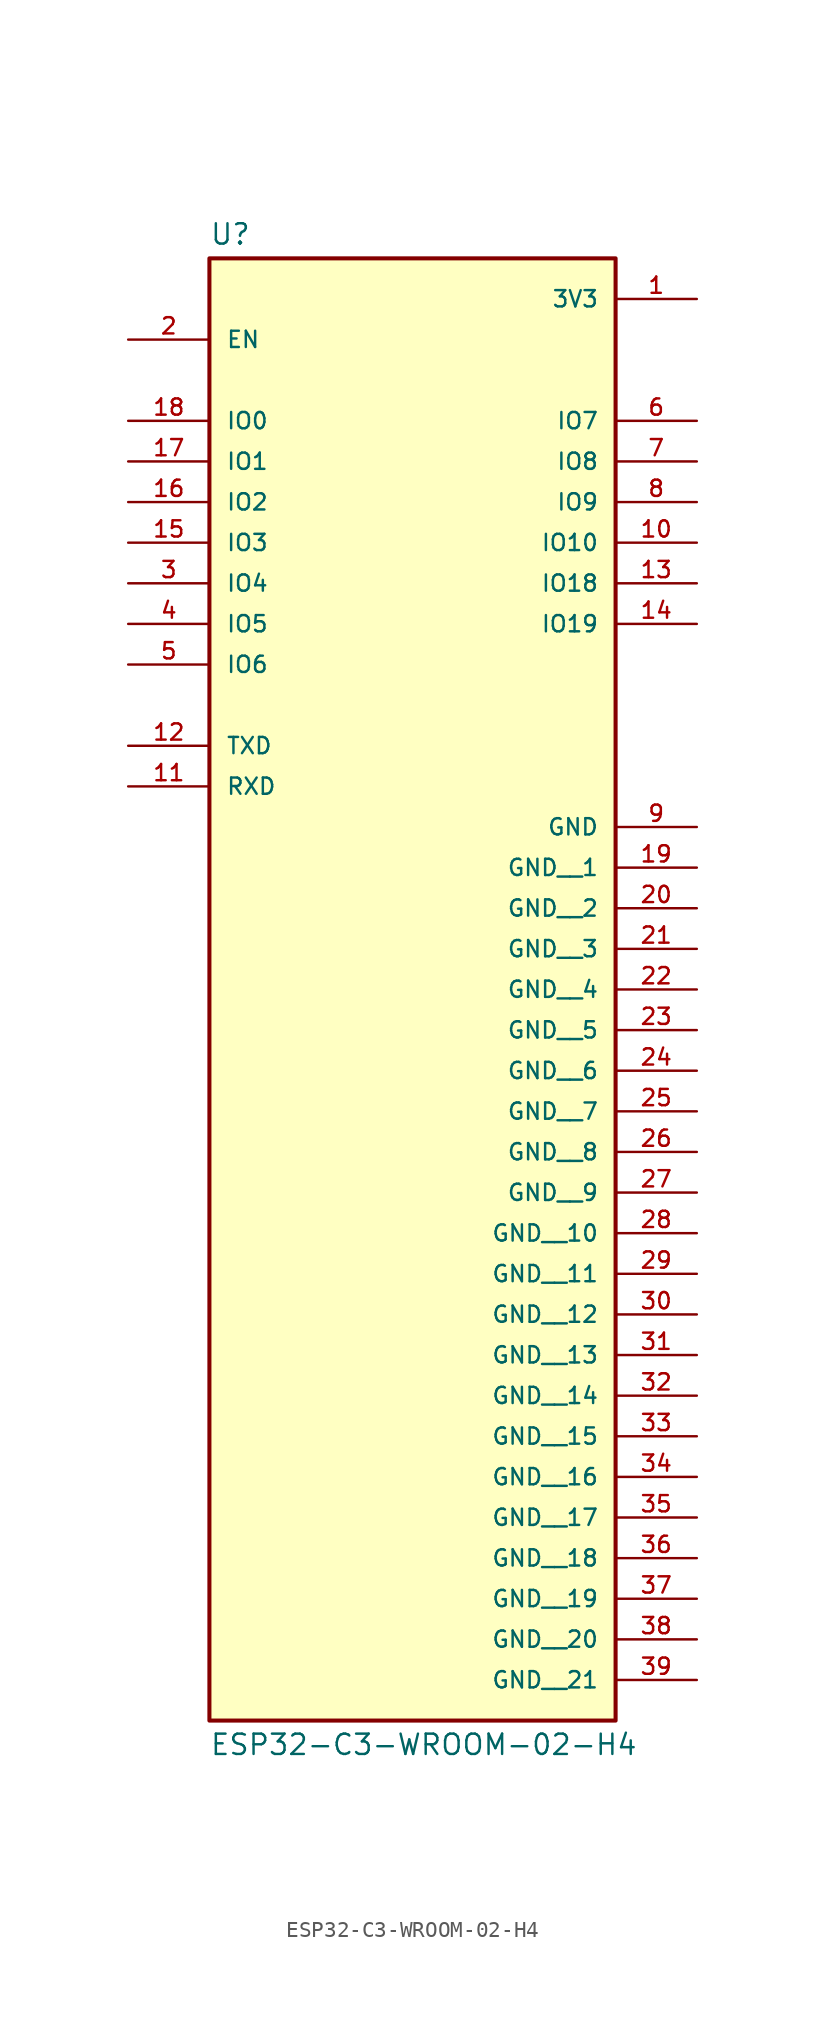
<source format=kicad_sym>
(kicad_symbol_lib
  (version 20211014)
  (generator kicad_symbol_editor)
  (symbol "ESP32-C3-WROOM-02-H4"
    (pin_names
      (offset 1.016))
    (property "Reference" "U"
      (at -12.7 21.082 0)
      (effects (font (size 1.27 1.27)) (justify bottom left)))
    (property "Value" "ESP32-C3-WROOM-02-H4"
      (at -12.7 -71.882 0)
      (effects (font (size 1.27 1.27)) (justify top left)))
    (symbol "ESP32-C3-WROOM-02-H4_0_0"
      (rectangle (start -12.7 -71.12) (end 12.7 20.32) (stroke (width 0.254)) (fill (type background)))
      (pin power_in line (at 17.78 17.78 180.0) (length 5.08) (name "3V3" (effects (font (size 1.016 1.016)))) (number "1" (effects (font (size 1.016 1.016)))))
      (pin input line (at -17.78 15.24 0) (length 5.08) (name "EN" (effects (font (size 1.016 1.016)))) (number "2" (effects (font (size 1.016 1.016)))))
      (pin power_in line (at 17.78 -15.24 180.0) (length 5.08) (name "GND" (effects (font (size 1.016 1.016)))) (number "9" (effects (font (size 1.016 1.016)))))
      (pin bidirectional line (at -17.78 10.16 0) (length 5.08) (name "IO0" (effects (font (size 1.016 1.016)))) (number "18" (effects (font (size 1.016 1.016)))))
      (pin bidirectional line (at -17.78 7.62 0) (length 5.08) (name "IO1" (effects (font (size 1.016 1.016)))) (number "17" (effects (font (size 1.016 1.016)))))
      (pin bidirectional line (at -17.78 5.08 0) (length 5.08) (name "IO2" (effects (font (size 1.016 1.016)))) (number "16" (effects (font (size 1.016 1.016)))))
      (pin bidirectional line (at -17.78 2.54 0) (length 5.08) (name "IO3" (effects (font (size 1.016 1.016)))) (number "15" (effects (font (size 1.016 1.016)))))
      (pin bidirectional line (at -17.78 0.0 0) (length 5.08) (name "IO4" (effects (font (size 1.016 1.016)))) (number "3" (effects (font (size 1.016 1.016)))))
      (pin bidirectional line (at -17.78 -2.54 0) (length 5.08) (name "IO5" (effects (font (size 1.016 1.016)))) (number "4" (effects (font (size 1.016 1.016)))))
      (pin bidirectional line (at -17.78 -5.08 0) (length 5.08) (name "IO6" (effects (font (size 1.016 1.016)))) (number "5" (effects (font (size 1.016 1.016)))))
      (pin bidirectional line (at 17.78 10.16 180.0) (length 5.08) (name "IO7" (effects (font (size 1.016 1.016)))) (number "6" (effects (font (size 1.016 1.016)))))
      (pin bidirectional line (at 17.78 7.62 180.0) (length 5.08) (name "IO8" (effects (font (size 1.016 1.016)))) (number "7" (effects (font (size 1.016 1.016)))))
      (pin bidirectional line (at 17.78 5.08 180.0) (length 5.08) (name "IO9" (effects (font (size 1.016 1.016)))) (number "8" (effects (font (size 1.016 1.016)))))
      (pin bidirectional line (at 17.78 2.54 180.0) (length 5.08) (name "IO10" (effects (font (size 1.016 1.016)))) (number "10" (effects (font (size 1.016 1.016)))))
      (pin bidirectional line (at 17.78 0.0 180.0) (length 5.08) (name "IO18" (effects (font (size 1.016 1.016)))) (number "13" (effects (font (size 1.016 1.016)))))
      (pin bidirectional line (at 17.78 -2.54 180.0) (length 5.08) (name "IO19" (effects (font (size 1.016 1.016)))) (number "14" (effects (font (size 1.016 1.016)))))
      (pin bidirectional line (at -17.78 -10.16 0) (length 5.08) (name "TXD" (effects (font (size 1.016 1.016)))) (number "12" (effects (font (size 1.016 1.016)))))
      (pin bidirectional line (at -17.78 -12.7 0) (length 5.08) (name "RXD" (effects (font (size 1.016 1.016)))) (number "11" (effects (font (size 1.016 1.016)))))
      (pin power_in line (at 17.78 -17.78 180.0) (length 5.08) (name "GND__1" (effects (font (size 1.016 1.016)))) (number "19" (effects (font (size 1.016 1.016)))))
      (pin power_in line (at 17.78 -20.32 180.0) (length 5.08) (name "GND__2" (effects (font (size 1.016 1.016)))) (number "20" (effects (font (size 1.016 1.016)))))
      (pin power_in line (at 17.78 -22.86 180.0) (length 5.08) (name "GND__3" (effects (font (size 1.016 1.016)))) (number "21" (effects (font (size 1.016 1.016)))))
      (pin power_in line (at 17.78 -25.4 180.0) (length 5.08) (name "GND__4" (effects (font (size 1.016 1.016)))) (number "22" (effects (font (size 1.016 1.016)))))
      (pin power_in line (at 17.78 -27.94 180.0) (length 5.08) (name "GND__5" (effects (font (size 1.016 1.016)))) (number "23" (effects (font (size 1.016 1.016)))))
      (pin power_in line (at 17.78 -30.48 180.0) (length 5.08) (name "GND__6" (effects (font (size 1.016 1.016)))) (number "24" (effects (font (size 1.016 1.016)))))
      (pin power_in line (at 17.78 -33.02 180.0) (length 5.08) (name "GND__7" (effects (font (size 1.016 1.016)))) (number "25" (effects (font (size 1.016 1.016)))))
      (pin power_in line (at 17.78 -35.56 180.0) (length 5.08) (name "GND__8" (effects (font (size 1.016 1.016)))) (number "26" (effects (font (size 1.016 1.016)))))
      (pin power_in line (at 17.78 -38.1 180.0) (length 5.08) (name "GND__9" (effects (font (size 1.016 1.016)))) (number "27" (effects (font (size 1.016 1.016)))))
      (pin power_in line (at 17.78 -40.64 180.0) (length 5.08) (name "GND__10" (effects (font (size 1.016 1.016)))) (number "28" (effects (font (size 1.016 1.016)))))
      (pin power_in line (at 17.78 -43.18 180.0) (length 5.08) (name "GND__11" (effects (font (size 1.016 1.016)))) (number "29" (effects (font (size 1.016 1.016)))))
      (pin power_in line (at 17.78 -45.72 180.0) (length 5.08) (name "GND__12" (effects (font (size 1.016 1.016)))) (number "30" (effects (font (size 1.016 1.016)))))
      (pin power_in line (at 17.78 -48.26 180.0) (length 5.08) (name "GND__13" (effects (font (size 1.016 1.016)))) (number "31" (effects (font (size 1.016 1.016)))))
      (pin power_in line (at 17.78 -50.8 180.0) (length 5.08) (name "GND__14" (effects (font (size 1.016 1.016)))) (number "32" (effects (font (size 1.016 1.016)))))
      (pin power_in line (at 17.78 -53.34 180.0) (length 5.08) (name "GND__15" (effects (font (size 1.016 1.016)))) (number "33" (effects (font (size 1.016 1.016)))))
      (pin power_in line (at 17.78 -55.88 180.0) (length 5.08) (name "GND__16" (effects (font (size 1.016 1.016)))) (number "34" (effects (font (size 1.016 1.016)))))
      (pin power_in line (at 17.78 -58.42 180.0) (length 5.08) (name "GND__17" (effects (font (size 1.016 1.016)))) (number "35" (effects (font (size 1.016 1.016)))))
      (pin power_in line (at 17.78 -60.96 180.0) (length 5.08) (name "GND__18" (effects (font (size 1.016 1.016)))) (number "36" (effects (font (size 1.016 1.016)))))
      (pin power_in line (at 17.78 -63.5 180.0) (length 5.08) (name "GND__19" (effects (font (size 1.016 1.016)))) (number "37" (effects (font (size 1.016 1.016)))))
      (pin power_in line (at 17.78 -66.04 180.0) (length 5.08) (name "GND__20" (effects (font (size 1.016 1.016)))) (number "38" (effects (font (size 1.016 1.016)))))
      (pin power_in line (at 17.78 -68.58 180.0) (length 5.08) (name "GND__21" (effects (font (size 1.016 1.016)))) (number "39" (effects (font (size 1.016 1.016))))))))
</source>
